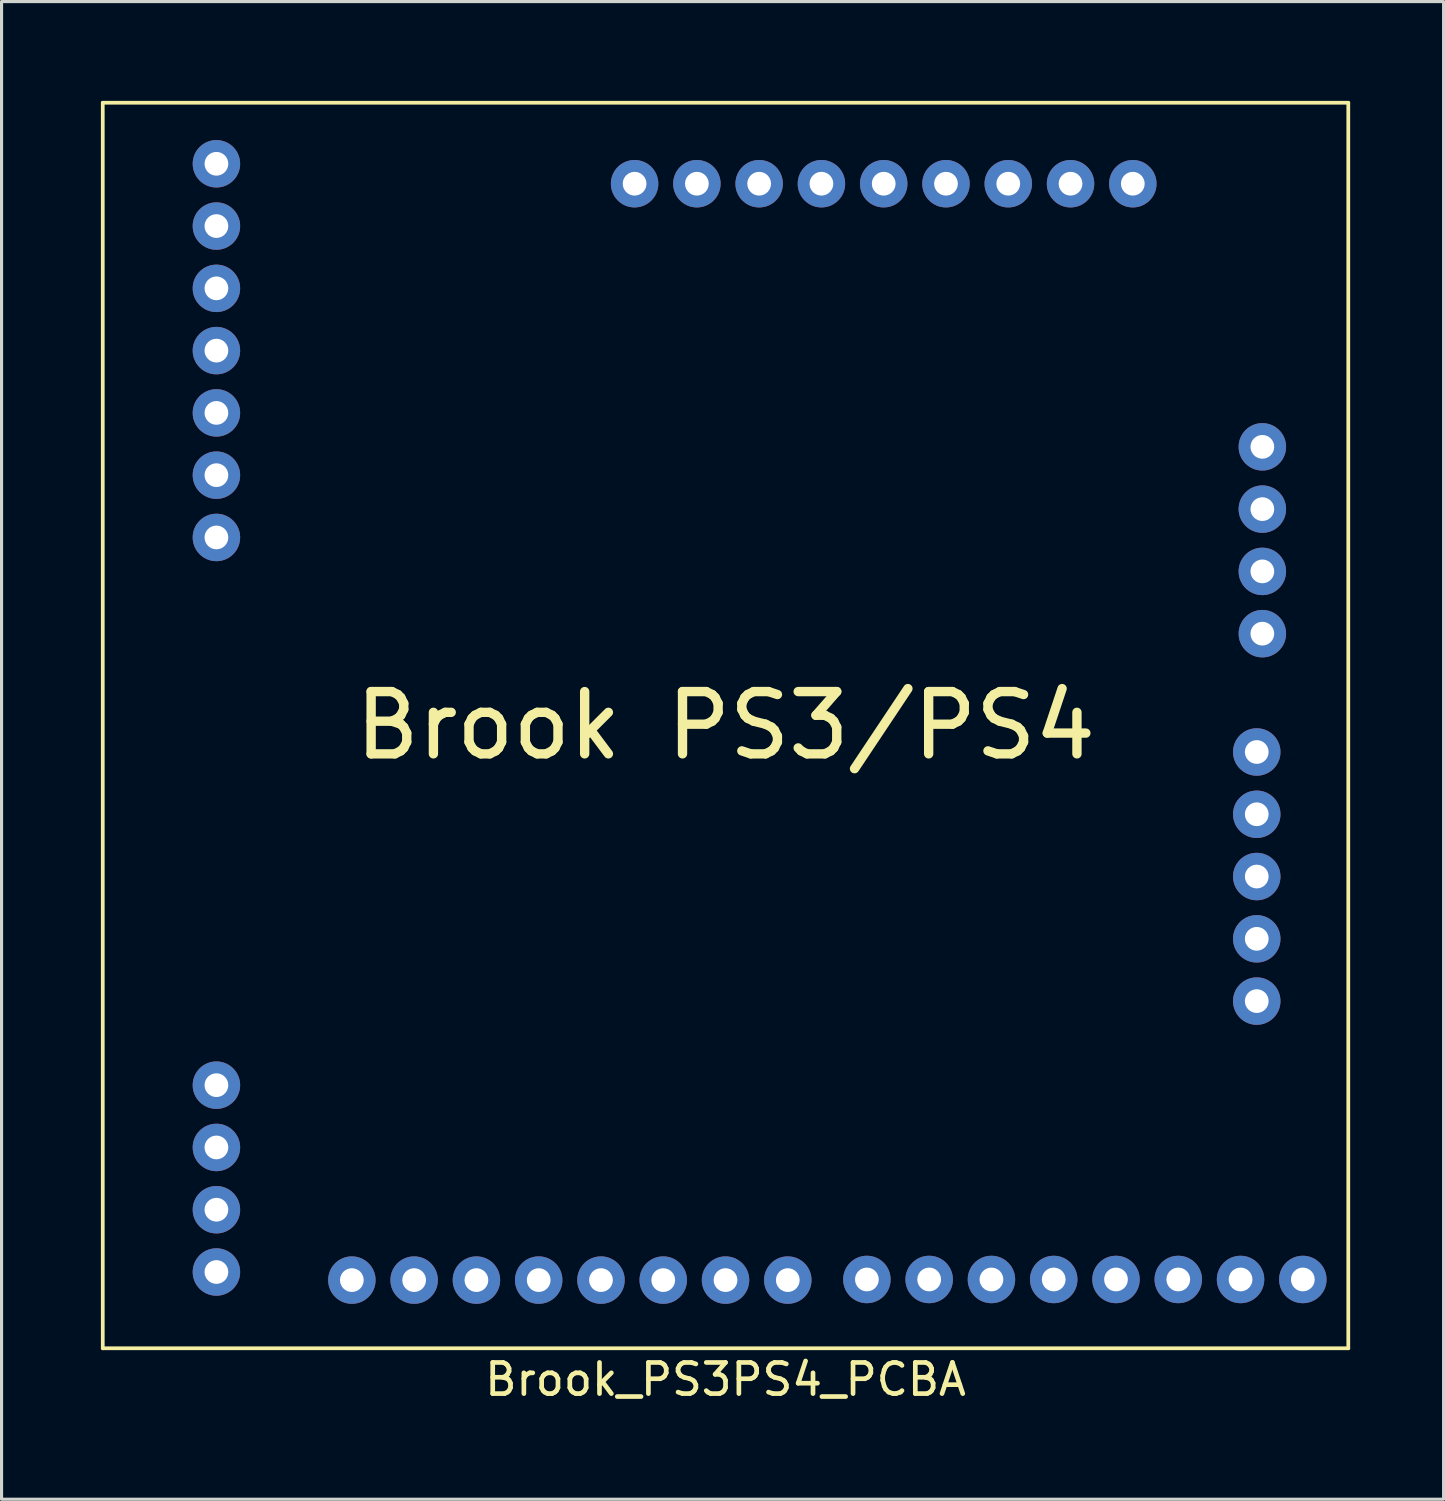
<source format=kicad_pcb>
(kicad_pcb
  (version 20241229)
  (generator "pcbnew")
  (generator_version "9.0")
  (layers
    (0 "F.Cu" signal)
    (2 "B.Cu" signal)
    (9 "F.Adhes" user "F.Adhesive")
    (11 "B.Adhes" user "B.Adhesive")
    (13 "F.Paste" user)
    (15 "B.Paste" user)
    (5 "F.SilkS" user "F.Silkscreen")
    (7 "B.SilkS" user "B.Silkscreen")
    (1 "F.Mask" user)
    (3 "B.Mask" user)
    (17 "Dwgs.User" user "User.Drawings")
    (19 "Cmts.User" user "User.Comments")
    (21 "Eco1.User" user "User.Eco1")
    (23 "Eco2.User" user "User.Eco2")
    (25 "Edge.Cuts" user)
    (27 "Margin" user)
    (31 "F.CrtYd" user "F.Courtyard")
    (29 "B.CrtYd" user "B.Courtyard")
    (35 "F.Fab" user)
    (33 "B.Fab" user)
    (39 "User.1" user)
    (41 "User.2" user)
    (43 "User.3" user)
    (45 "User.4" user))
  (footprint "Brook_PS3PS4_PCBA"
    (layer "F.Cu")
    (at 0.25 0.25)
    (property "Reference" "Brook_PS3PS4_PCBA" (at 20 41 0) (layer "F.SilkS") (effects (font (size 1 1) (thickness 0.15))))
    (attr through_hole)
    (fp_line (start 0 0) (end 0 40) (stroke (width 0.12) (type solid)) (layer "F.SilkS"))
    (fp_line (start 0 40) (end 40 40) (stroke (width 0.12) (type solid)) (layer "F.SilkS"))
    (fp_line (start 40 0) (end 0 0) (stroke (width 0.12) (type solid)) (layer "F.SilkS"))
    (fp_line (start 40 40) (end 40 0) (stroke (width 0.12) (type solid)) (layer "F.SilkS"))
    (fp_text user "Brook PS3/PS4" (at 20 20 0) (layer "F.SilkS") (effects (font (size 2 2) (thickness 0.3))))
    (pad "1" thru_hole circle (at 3.65 3.96) (size 1.524 1.524) (drill 0.762) (layers "*.Cu" "*.Mask"))
    (pad "1" thru_hole circle (at 22 37.81) (size 1.524 1.524) (drill 0.762) (layers "*.Cu" "*.Mask"))
    (pad "1" thru_hole circle (at 33.08 2.6) (size 1.524 1.524) (drill 0.762) (layers "*.Cu" "*.Mask"))
    (pad "1" thru_hole circle (at 37.06 20.85) (size 1.524 1.524) (drill 0.762) (layers "*.Cu" "*.Mask"))
    (pad "1" thru_hole circle (at 37.06 22.85) (size 1.524 1.524) (drill 0.762) (layers "*.Cu" "*.Mask"))
    (pad "1" thru_hole circle (at 37.24 11.05) (size 1.524 1.524) (drill 0.762) (layers "*.Cu" "*.Mask"))
    (pad "1" thru_hole circle (at 38.54 37.79) (size 1.524 1.524) (drill 0.762) (layers "*.Cu" "*.Mask"))
    (pad "2" thru_hole circle (at 31.08 2.6) (size 1.524 1.524) (drill 0.762) (layers "*.Cu" "*.Mask"))
    (pad "3" thru_hole circle (at 29.08 2.6) (size 1.524 1.524) (drill 0.762) (layers "*.Cu" "*.Mask"))
    (pad "4" thru_hole circle (at 27.08 2.6) (size 1.524 1.524) (drill 0.762) (layers "*.Cu" "*.Mask"))
    (pad "5" thru_hole circle (at 25.08 2.6) (size 1.524 1.524) (drill 0.762) (layers "*.Cu" "*.Mask"))
    (pad "6" thru_hole circle (at 23.08 2.6) (size 1.524 1.524) (drill 0.762) (layers "*.Cu" "*.Mask"))
    (pad "7" thru_hole circle (at 21.08 2.6) (size 1.524 1.524) (drill 0.762) (layers "*.Cu" "*.Mask"))
    (pad "8" thru_hole circle (at 19.08 2.6) (size 1.524 1.524) (drill 0.762) (layers "*.Cu" "*.Mask"))
    (pad "9" thru_hole circle (at 17.08 2.6) (size 1.524 1.524) (drill 0.762) (layers "*.Cu" "*.Mask"))
    (pad "10" thru_hole circle (at 36.54 37.79) (size 1.524 1.524) (drill 0.762) (layers "*.Cu" "*.Mask"))
    (pad "11" thru_hole circle (at 34.54 37.79) (size 1.524 1.524) (drill 0.762) (layers "*.Cu" "*.Mask"))
    (pad "12" thru_hole circle (at 32.54 37.79) (size 1.524 1.524) (drill 0.762) (layers "*.Cu" "*.Mask"))
    (pad "13" thru_hole circle (at 30.54 37.79) (size 1.524 1.524) (drill 0.762) (layers "*.Cu" "*.Mask"))
    (pad "14" thru_hole circle (at 28.54 37.79) (size 1.524 1.524) (drill 0.762) (layers "*.Cu" "*.Mask"))
    (pad "15" thru_hole circle (at 26.54 37.79) (size 1.524 1.524) (drill 0.762) (layers "*.Cu" "*.Mask"))
    (pad "16" thru_hole circle (at 24.54 37.79) (size 1.524 1.524) (drill 0.762) (layers "*.Cu" "*.Mask"))
    (pad "17" thru_hole circle (at 20 37.81) (size 1.524 1.524) (drill 0.762) (layers "*.Cu" "*.Mask"))
    (pad "18" thru_hole circle (at 18 37.81) (size 1.524 1.524) (drill 0.762) (layers "*.Cu" "*.Mask"))
    (pad "19" thru_hole circle (at 16 37.81) (size 1.524 1.524) (drill 0.762) (layers "*.Cu" "*.Mask"))
    (pad "20" thru_hole circle (at 14 37.81) (size 1.524 1.524) (drill 0.762) (layers "*.Cu" "*.Mask"))
    (pad "21" thru_hole circle (at 12 37.81) (size 1.524 1.524) (drill 0.762) (layers "*.Cu" "*.Mask"))
    (pad "22" thru_hole circle (at 10 37.81) (size 1.524 1.524) (drill 0.762) (layers "*.Cu" "*.Mask"))
    (pad "23" thru_hole circle (at 3.65 1.96) (size 1.524 1.524) (drill 0.762) (layers "*.Cu" "*.Mask"))
    (pad "24" thru_hole circle (at 3.65 5.96) (size 1.524 1.524) (drill 0.762) (layers "*.Cu" "*.Mask"))
    (pad "25" thru_hole circle (at 3.65 11.96) (size 1.524 1.524) (drill 0.762) (layers "*.Cu" "*.Mask"))
    (pad "26" thru_hole circle (at 37.24 13.05) (size 1.524 1.524) (drill 0.762) (layers "*.Cu" "*.Mask"))
    (pad "27" thru_hole circle (at 37.24 15.05) (size 1.524 1.524) (drill 0.762) (layers "*.Cu" "*.Mask"))
    (pad "28" thru_hole circle (at 37.06 24.85) (size 1.524 1.524) (drill 0.762) (layers "*.Cu" "*.Mask"))
    (pad "29" thru_hole circle (at 37.06 26.85) (size 1.524 1.524) (drill 0.762) (layers "*.Cu" "*.Mask"))
    (pad "30" thru_hole circle (at 3.65 7.96) (size 1.524 1.524) (drill 0.762) (layers "*.Cu" "*.Mask"))
    (pad "31" thru_hole circle (at 3.65 9.96) (size 1.524 1.524) (drill 0.762) (layers "*.Cu" "*.Mask"))
    (pad "32" thru_hole circle (at 3.65 31.55) (size 1.524 1.524) (drill 0.762) (layers "*.Cu" "*.Mask"))
    (pad "33" thru_hole circle (at 3.65 33.55) (size 1.524 1.524) (drill 0.762) (layers "*.Cu" "*.Mask"))
    (pad "34" thru_hole circle (at 3.65 35.55) (size 1.524 1.524) (drill 0.762) (layers "*.Cu" "*.Mask"))
    (pad "35" thru_hole circle (at 3.65 37.55) (size 1.524 1.524) (drill 0.762) (layers "*.Cu" "*.Mask"))
    (pad "35" thru_hole circle (at 37.06 28.85) (size 1.524 1.524) (drill 0.762) (layers "*.Cu" "*.Mask"))
    (pad "36" thru_hole circle (at 3.65 13.96) (size 1.524 1.524) (drill 0.762) (layers "*.Cu" "*.Mask"))
    (pad "36" thru_hole circle (at 8 37.81) (size 1.524 1.524) (drill 0.762) (layers "*.Cu" "*.Mask"))
    (pad "36" thru_hole circle (at 37.24 17.05) (size 1.524 1.524) (drill 0.762) (layers "*.Cu" "*.Mask")))
  (gr_rect
    (start -3 -3)
    (end 43.31 45.098)
    (stroke (width 0.1) (type default))
    (fill no)
    (layer "Edge.Cuts")))
</source>
